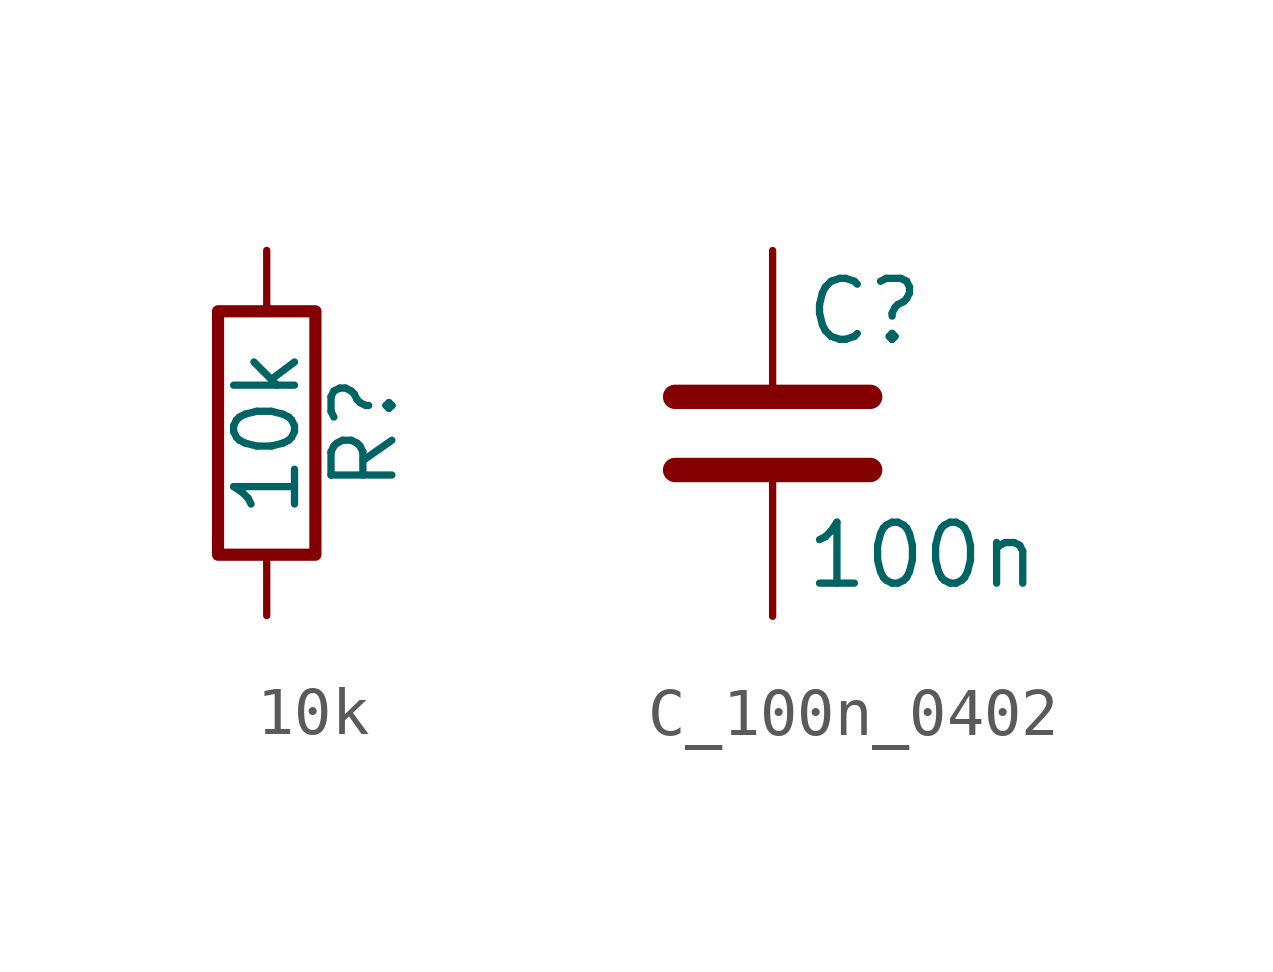
<source format=kicad_sym>
(kicad_symbol_lib
  (version 20220914)
  (generator kicad_symbol_editor)
  (symbol "10k"
    (pin_numbers hide)
    (pin_names
      (offset 0))
    (property "Reference" "R"
      (at 2.032 0 90)
      (effects (font (size 1.27 1.27))))
    (property "Value" "10k"
      (at 0 0 90)
      (effects (font (size 1.27 1.27))))
    (symbol "10k_0_1"
      (rectangle (start -1.016 -2.54) (end 1.016 2.54) (stroke (width 0.254) (type default)) (fill (type none))))
    (symbol "10k_1_1"
      (pin passive line (at 0 3.81 270) (length 1.27) (name "~" (effects (font (size 1.27 1.27)))) (number "1" (effects (font (size 1.27 1.27)))))
      (pin passive line (at 0 -3.81 90) (length 1.27) (name "~" (effects (font (size 1.27 1.27)))) (number "2" (effects (font (size 1.27 1.27)))))))
  (symbol "C_100n_0402"
    (pin_numbers hide)
    (pin_names
      (offset 0.254))
    (property "Reference" "C"
      (at 0.635 2.54 0)
      (effects (font (size 1.27 1.27)) (justify left)))
    (property "Value" "100n"
      (at 0.635 -2.54 0)
      (effects (font (size 1.27 1.27)) (justify left)))
    (symbol "C_100n_0402_0_1"
      (polyline (pts (xy -2.032 -0.762) (xy 2.032 -0.762)) (stroke (width 0.508) (type default)) (fill (type none)))
      (polyline (pts (xy -2.032 0.762) (xy 2.032 0.762)) (stroke (width 0.508) (type default)) (fill (type none))))
    (symbol "C_100n_0402_1_1"
      (pin passive line (at 0 3.81 270) (length 2.794) (name "~" (effects (font (size 1.27 1.27)))) (number "1" (effects (font (size 1.27 1.27)))))
      (pin passive line (at 0 -3.81 90) (length 2.794) (name "~" (effects (font (size 1.27 1.27)))) (number "2" (effects (font (size 1.27 1.27))))))))
</source>
